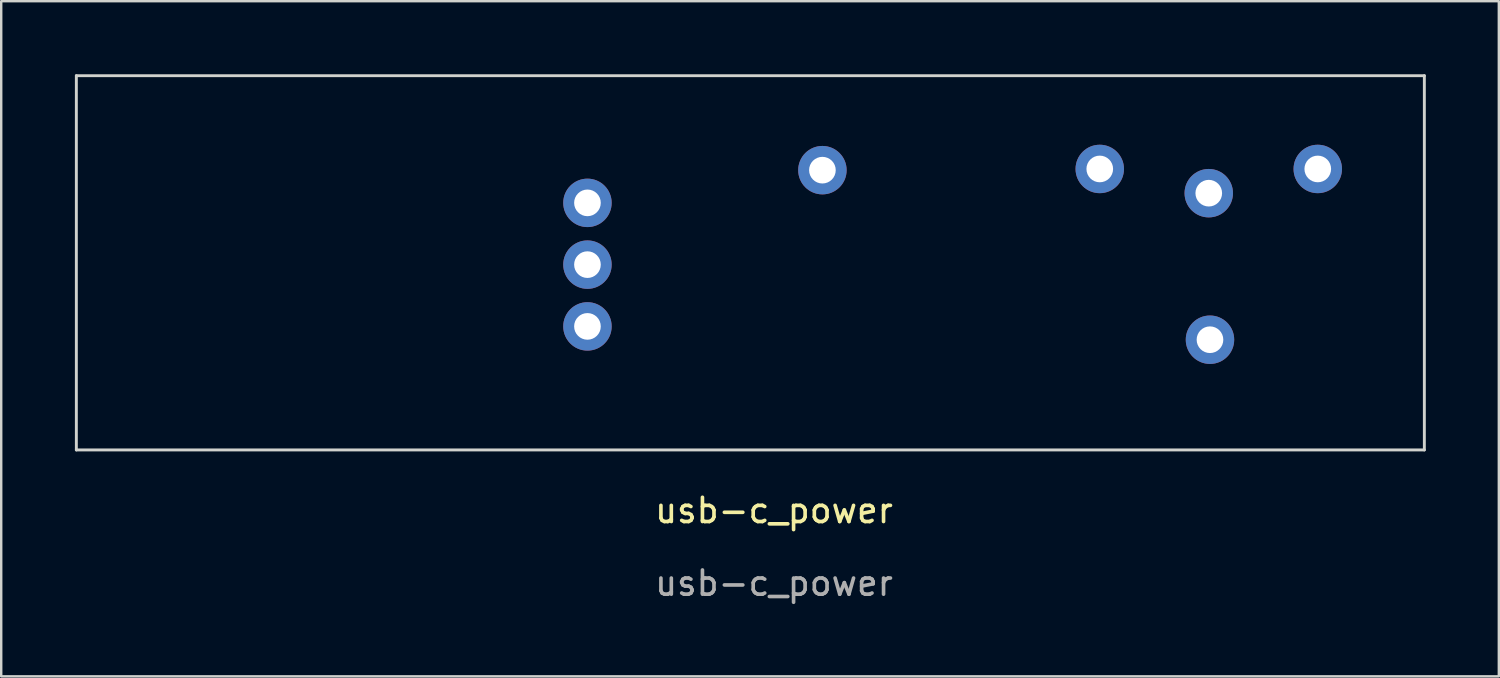
<source format=kicad_pcb>
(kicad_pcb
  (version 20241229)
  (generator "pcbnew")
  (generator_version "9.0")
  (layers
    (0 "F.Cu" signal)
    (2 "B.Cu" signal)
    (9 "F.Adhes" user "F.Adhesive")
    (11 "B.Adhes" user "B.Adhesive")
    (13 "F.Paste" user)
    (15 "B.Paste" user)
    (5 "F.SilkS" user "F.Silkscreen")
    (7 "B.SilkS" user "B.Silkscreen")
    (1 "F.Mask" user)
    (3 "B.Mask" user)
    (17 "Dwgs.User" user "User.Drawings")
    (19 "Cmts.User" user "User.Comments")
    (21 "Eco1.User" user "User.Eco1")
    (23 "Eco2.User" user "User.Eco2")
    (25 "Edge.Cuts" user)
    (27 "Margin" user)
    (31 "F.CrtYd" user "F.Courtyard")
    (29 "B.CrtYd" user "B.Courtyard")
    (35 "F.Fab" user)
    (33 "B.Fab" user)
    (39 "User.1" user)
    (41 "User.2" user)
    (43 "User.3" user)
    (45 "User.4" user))
  (footprint "usb-c_power"
    (layer "F.Cu")
    (at 28.902 18.525)
    (property "Reference" "usb-c_power" (at 0 -0.5 0) (unlocked yes) (layer "F.SilkS") (effects (font (size 1 1) (thickness 0.15))))
    (attr through_hole)
    (fp_line (start -28.8 -18.45) (end 26.85 -18.45) (stroke (width 0.12) (type default)) (layer "Edge.Cuts"))
    (fp_line (start -28.8 -3) (end -28.8 -18.45) (stroke (width 0.12) (type default)) (layer "Edge.Cuts"))
    (fp_line (start 26.85 -18.45) (end 26.85 -3) (stroke (width 0.12) (type default)) (layer "Edge.Cuts"))
    (fp_line (start 26.85 -3) (end -28.8 -3) (stroke (width 0.12) (type default)) (layer "Edge.Cuts"))
    (fp_rect (start -28.827 -18.45) (end 26.85 -3.007) (stroke (width 0.15) (type default)) (fill no) (layer "User.9"))
    (fp_circle (center -7.694 -13.218) (end -6.729 -13.218) (stroke (width 0.15) (type default)) (fill no) (layer "User.9"))
    (fp_circle (center -7.694 -10.678) (end -6.729 -10.678) (stroke (width 0.15) (type default)) (fill no) (layer "User.9"))
    (fp_circle (center -7.694 -8.138) (end -6.729 -8.138) (stroke (width 0.15) (type default)) (fill no) (layer "User.9"))
    (fp_circle (center 2.009 -14.589) (end 2.923 -14.589) (stroke (width 0.15) (type default)) (fill no) (layer "User.9"))
    (fp_circle (center 13.439 -14.64) (end 14.709 -14.64) (stroke (width 0.15) (type default)) (fill no) (layer "User.9"))
    (fp_circle (center 17.96 -13.624) (end 18.925 -13.624) (stroke (width 0.15) (type default)) (fill no) (layer "User.9"))
    (fp_circle (center 18.011 -7.579) (end 18.976 -7.579) (stroke (width 0.15) (type default)) (fill no) (layer "User.9"))
    (fp_circle (center 22.481 -14.64) (end 23.446 -14.64) (stroke (width 0.15) (type default)) (fill no) (layer "User.9"))
    (fp_text user "${REFERENCE}" (at 0 2.5 0) (unlocked yes) (layer "F.Fab") (effects (font (size 1 1) (thickness 0.15))))
    (pad "1" thru_hole circle (at -7.7 -13.2) (size 2 2) (drill 1.1) (layers "*.Cu" "*.Mask"))
    (pad "2" thru_hole circle (at -7.7 -10.65) (size 2 2) (drill 1.1) (layers "*.Cu" "*.Mask"))
    (pad "3" thru_hole circle (at -7.7 -8.1) (size 2 2) (drill 1.1) (layers "*.Cu" "*.Mask"))
    (pad "4" thru_hole circle (at 2 -14.55) (size 2 2) (drill 1.1) (layers "*.Cu" "*.Mask"))
    (pad "5" thru_hole circle (at 13.45 -14.6) (size 2 2) (drill 1.1) (layers "*.Cu" "*.Mask"))
    (pad "6" thru_hole circle (at 22.45 -14.6) (size 2 2) (drill 1.1) (layers "*.Cu" "*.Mask"))
    (pad "7" thru_hole circle (at 17.95 -13.6) (size 2 2) (drill 1.1) (layers "*.Cu" "*.Mask"))
    (pad "8" thru_hole circle (at 18 -7.55) (size 2 2) (drill 1.1) (layers "*.Cu" "*.Mask")))
  (gr_rect
    (start -3 -3)
    (end 58.827 24.873)
    (stroke (width 0.1) (type default))
    (fill no)
    (layer "Edge.Cuts")))
</source>
